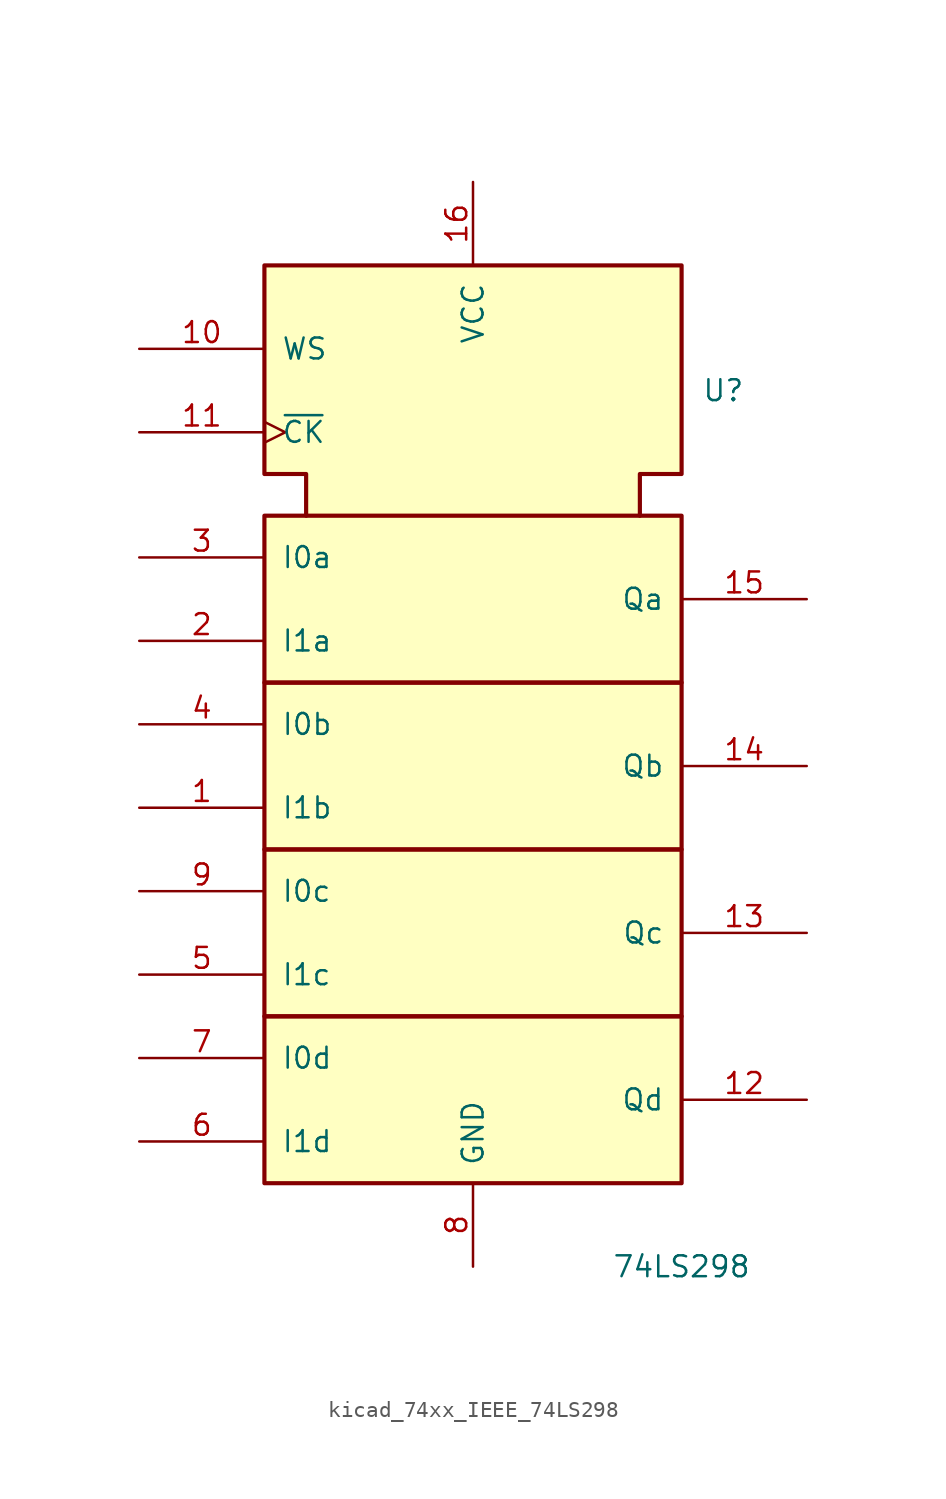
<source format=kicad_sym>
(kicad_symbol_lib
  (version 20220914)
  (generator kicad_symbol_editor)
  (symbol "kicad_74xx_IEEE_74LS298"
    (pin_names
      (offset 1.016))
    (property "Reference" "U"
      (at 15.24 20.32 0)
      (effects (font (size 1.27 1.27))))
    (property "Value" "74LS298"
      (at 12.7 -33.02 0)
      (effects (font (size 1.27 1.27))))
    (symbol "kicad_74xx_IEEE_74LS298_0_0"
      (rectangle (start -12.7 -17.78) (end 12.7 -27.94) (stroke (width 0.254) (type default)) (fill (type background)))
      (rectangle (start -12.7 -7.62) (end 12.7 -17.78) (stroke (width 0.254) (type default)) (fill (type background)))
      (rectangle (start -12.7 2.54) (end 12.7 -7.62) (stroke (width 0.254) (type default)) (fill (type background)))
      (rectangle (start -12.7 12.7) (end 12.7 2.54) (stroke (width 0.254) (type default)) (fill (type background)))
      (polyline (pts (xy -10.16 12.7) (xy -10.16 15.24) (xy -12.7 15.24) (xy -12.7 27.94) (xy 12.7 27.94) (xy 12.7 15.24) (xy 10.16 15.24) (xy 10.16 12.7) (xy 10.16 12.7)) (stroke (width 0.254) (type default)) (fill (type background)))
      (pin power_in line (at 0 33.02 270) (length 5.08) (name "VCC" (effects (font (size 1.27 1.27)))) (number "16" (effects (font (size 1.27 1.27)))))
      (pin power_in line (at 0 -33.02 90) (length 5.08) (name "GND" (effects (font (size 1.27 1.27)))) (number "8" (effects (font (size 1.27 1.27))))))
    (symbol "kicad_74xx_IEEE_74LS298_1_1"
      (pin input line (at -20.32 -5.08 0) (length 7.62) (name "I1b" (effects (font (size 1.27 1.27)))) (number "1" (effects (font (size 1.27 1.27)))))
      (pin input line (at -20.32 22.86 0) (length 7.62) (name "WS" (effects (font (size 1.27 1.27)))) (number "10" (effects (font (size 1.27 1.27)))))
      (pin input clock (at -20.32 17.78 0) (length 7.62) (name "~{CK}" (effects (font (size 1.27 1.27)))) (number "11" (effects (font (size 1.27 1.27)))))
      (pin tri_state line (at 20.32 -22.86 180) (length 7.62) (name "Qd" (effects (font (size 1.27 1.27)))) (number "12" (effects (font (size 1.27 1.27)))))
      (pin tri_state line (at 20.32 -12.7 180) (length 7.62) (name "Qc" (effects (font (size 1.27 1.27)))) (number "13" (effects (font (size 1.27 1.27)))))
      (pin tri_state line (at 20.32 -2.54 180) (length 7.62) (name "Qb" (effects (font (size 1.27 1.27)))) (number "14" (effects (font (size 1.27 1.27)))))
      (pin tri_state line (at 20.32 7.62 180) (length 7.62) (name "Qa" (effects (font (size 1.27 1.27)))) (number "15" (effects (font (size 1.27 1.27)))))
      (pin input line (at -20.32 5.08 0) (length 7.62) (name "I1a" (effects (font (size 1.27 1.27)))) (number "2" (effects (font (size 1.27 1.27)))))
      (pin input line (at -20.32 10.16 0) (length 7.62) (name "I0a" (effects (font (size 1.27 1.27)))) (number "3" (effects (font (size 1.27 1.27)))))
      (pin input line (at -20.32 0 0) (length 7.62) (name "I0b" (effects (font (size 1.27 1.27)))) (number "4" (effects (font (size 1.27 1.27)))))
      (pin input line (at -20.32 -15.24 0) (length 7.62) (name "I1c" (effects (font (size 1.27 1.27)))) (number "5" (effects (font (size 1.27 1.27)))))
      (pin input line (at -20.32 -25.4 0) (length 7.62) (name "I1d" (effects (font (size 1.27 1.27)))) (number "6" (effects (font (size 1.27 1.27)))))
      (pin input line (at -20.32 -20.32 0) (length 7.62) (name "I0d" (effects (font (size 1.27 1.27)))) (number "7" (effects (font (size 1.27 1.27)))))
      (pin input line (at -20.32 -10.16 0) (length 7.62) (name "I0c" (effects (font (size 1.27 1.27)))) (number "9" (effects (font (size 1.27 1.27))))))))
</source>
